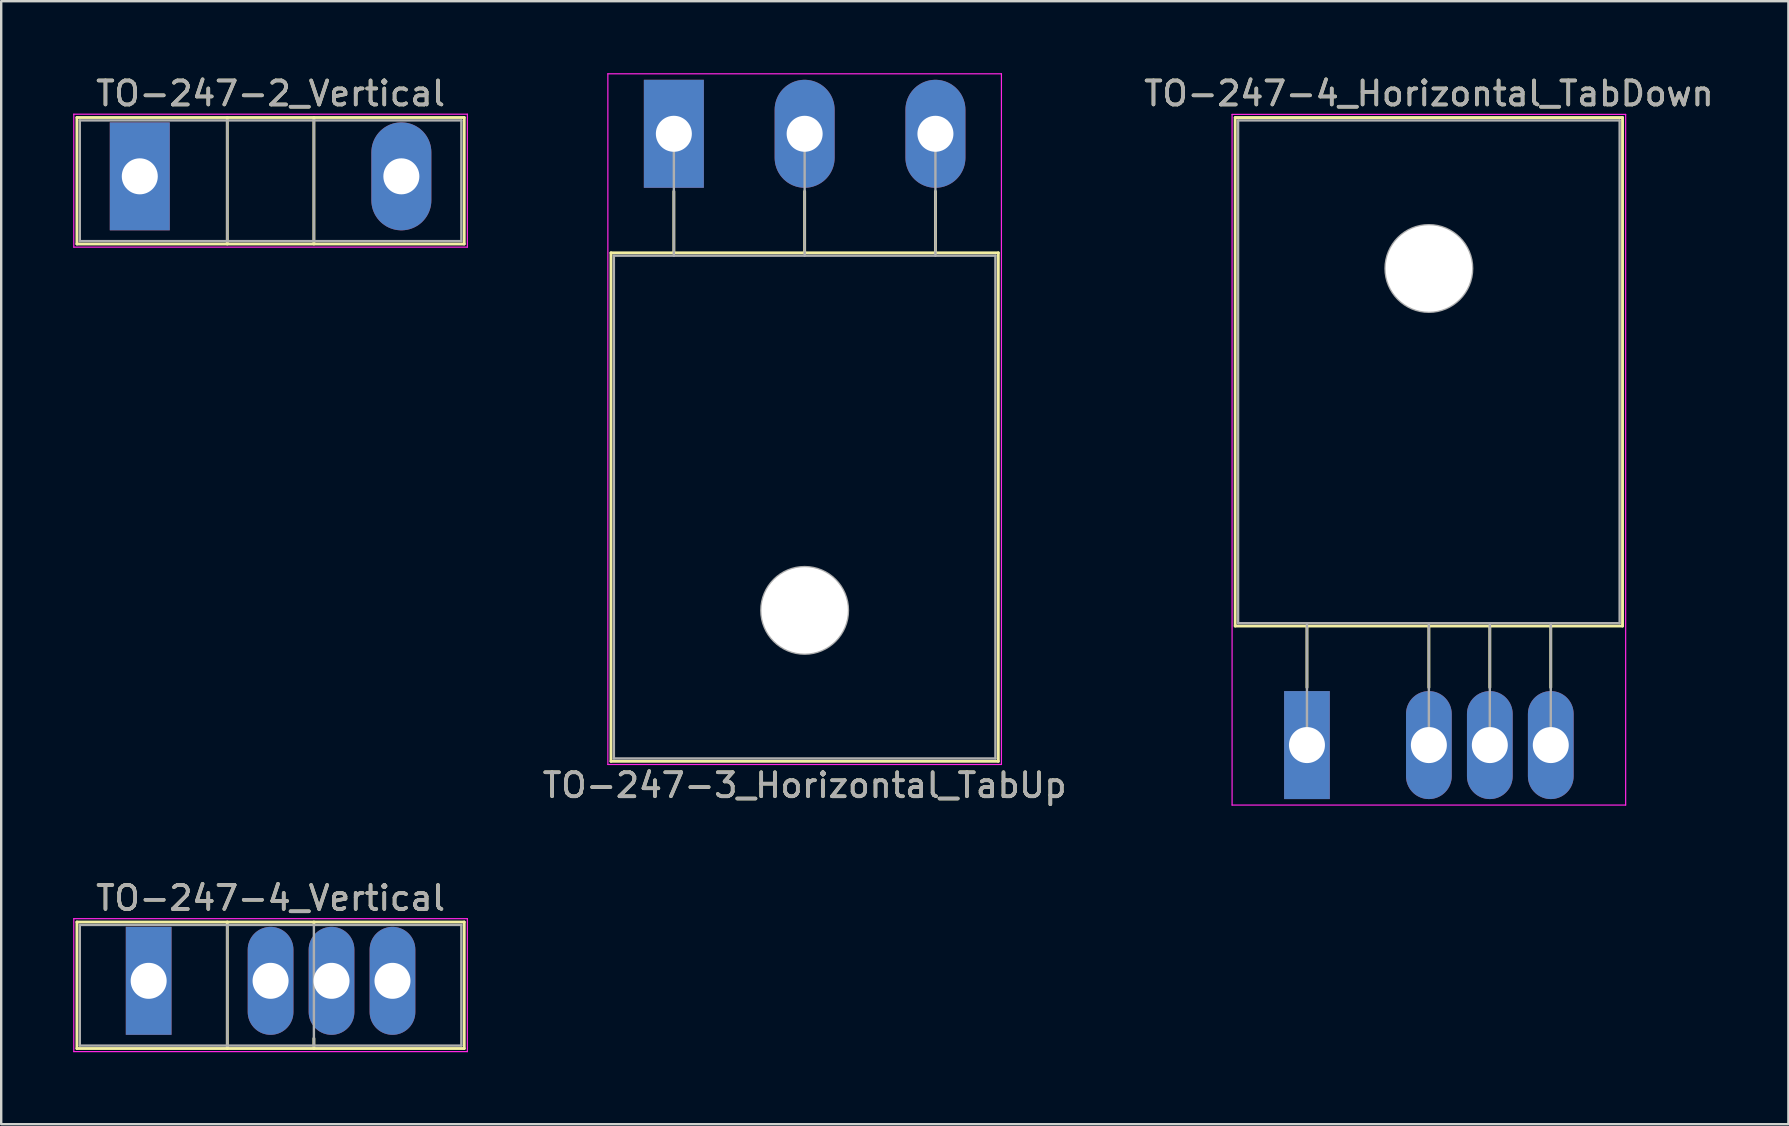
<source format=kicad_pcb>
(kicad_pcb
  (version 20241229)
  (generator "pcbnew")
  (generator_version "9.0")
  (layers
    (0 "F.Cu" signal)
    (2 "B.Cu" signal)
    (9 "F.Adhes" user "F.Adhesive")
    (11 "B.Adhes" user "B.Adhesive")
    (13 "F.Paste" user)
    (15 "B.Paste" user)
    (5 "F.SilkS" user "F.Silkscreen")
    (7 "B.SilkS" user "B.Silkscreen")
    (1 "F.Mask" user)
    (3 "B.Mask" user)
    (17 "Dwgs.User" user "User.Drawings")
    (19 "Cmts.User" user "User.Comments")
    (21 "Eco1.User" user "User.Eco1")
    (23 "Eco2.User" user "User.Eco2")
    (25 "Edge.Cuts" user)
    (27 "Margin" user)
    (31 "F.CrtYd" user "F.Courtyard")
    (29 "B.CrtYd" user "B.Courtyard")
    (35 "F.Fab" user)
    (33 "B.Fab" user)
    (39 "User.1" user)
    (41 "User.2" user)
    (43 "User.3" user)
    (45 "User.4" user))
  (footprint "TO-247-3_Horizontal_TabUp"
    (layer "F.Cu")
    (at 25.03 2.525)
    (property "Reference" "TO-247-3_Horizontal_TabUp" (at 5.45 27.15 0) (layer "F.SilkS") (effects (font (size 1 1) (thickness 0.15))))
    (attr through_hole)
    (fp_line (start -2.62 4.96) (end -2.62 26.15) (stroke (width 0.12) (type solid)) (layer "F.SilkS"))
    (fp_line (start -2.62 4.96) (end 13.52 4.96) (stroke (width 0.12) (type solid)) (layer "F.SilkS"))
    (fp_line (start -2.62 26.15) (end 13.52 26.15) (stroke (width 0.12) (type solid)) (layer "F.SilkS"))
    (fp_line (start 0 2.4) (end 0 4.96) (stroke (width 0.12) (type solid)) (layer "F.SilkS"))
    (fp_line (start 5.45 2.4) (end 5.45 4.96) (stroke (width 0.12) (type solid)) (layer "F.SilkS"))
    (fp_line (start 10.9 2.4) (end 10.9 4.96) (stroke (width 0.12) (type solid)) (layer "F.SilkS"))
    (fp_line (start 13.52 4.96) (end 13.52 26.15) (stroke (width 0.12) (type solid)) (layer "F.SilkS"))
    (fp_line (start -2.75 -2.5) (end -2.75 26.28) (stroke (width 0.05) (type solid)) (layer "F.CrtYd"))
    (fp_line (start -2.75 26.28) (end 13.65 26.28) (stroke (width 0.05) (type solid)) (layer "F.CrtYd"))
    (fp_line (start 13.65 -2.5) (end -2.75 -2.5) (stroke (width 0.05) (type solid)) (layer "F.CrtYd"))
    (fp_line (start 13.65 26.28) (end 13.65 -2.5) (stroke (width 0.05) (type solid)) (layer "F.CrtYd"))
    (fp_line (start -2.5 5.08) (end -2.5 26.03) (stroke (width 0.1) (type solid)) (layer "F.Fab"))
    (fp_line (start -2.5 26.03) (end 13.4 26.03) (stroke (width 0.1) (type solid)) (layer "F.Fab"))
    (fp_line (start 0 5.08) (end 0 0) (stroke (width 0.1) (type solid)) (layer "F.Fab"))
    (fp_line (start 5.45 5.08) (end 5.45 0) (stroke (width 0.1) (type solid)) (layer "F.Fab"))
    (fp_line (start 10.9 5.08) (end 10.9 0) (stroke (width 0.1) (type solid)) (layer "F.Fab"))
    (fp_line (start 13.4 5.08) (end -2.5 5.08) (stroke (width 0.1) (type solid)) (layer "F.Fab"))
    (fp_line (start 13.4 26.03) (end 13.4 5.08) (stroke (width 0.1) (type solid)) (layer "F.Fab"))
    (fp_circle (center 5.45 19.86) (end 7.255 19.86) (stroke (width 0.1) (type solid)) (fill no) (layer "F.Fab"))
    (fp_text user "${REFERENCE}" (at 5.45 27.15 0) (layer "F.Fab") (effects (font (size 1 1) (thickness 0.15))))
    (pad "" np_thru_hole oval (at 5.45 19.86) (size 3.6 3.6) (drill 3.6) (layers "*.Cu" "*.Mask"))
    (pad "1" thru_hole rect (at 0 0) (size 2.5 4.5) (drill 1.5) (layers "*.Cu" "*.Mask"))
    (pad "2" thru_hole oval (at 5.45 0) (size 2.5 4.5) (drill 1.5) (layers "*.Cu" "*.Mask"))
    (pad "3" thru_hole oval (at 10.9 0) (size 2.5 4.5) (drill 1.5) (layers "*.Cu" "*.Mask")))
  (footprint "TO-247-4_Vertical"
    (layer "F.Cu")
    (at 3.145 37.822)
    (property "Reference" "TO-247-4_Vertical" (at 5.08 -3.45 0) (layer "F.SilkS") (effects (font (size 1 1) (thickness 0.15))))
    (attr through_hole)
    (fp_line (start -2.99 -2.451) (end -2.99 2.82) (stroke (width 0.12) (type solid)) (layer "F.SilkS"))
    (fp_line (start -2.99 -2.451) (end 13.15 -2.451) (stroke (width 0.12) (type solid)) (layer "F.SilkS"))
    (fp_line (start -2.99 2.82) (end 13.15 2.82) (stroke (width 0.12) (type solid)) (layer "F.SilkS"))
    (fp_line (start 3.276 -2.451) (end 3.276 2.82) (stroke (width 0.12) (type solid)) (layer "F.SilkS"))
    (fp_line (start 6.885 -2.451) (end 6.885 -2.4) (stroke (width 0.12) (type solid)) (layer "F.SilkS"))
    (fp_line (start 6.885 2.4) (end 6.885 2.82) (stroke (width 0.12) (type solid)) (layer "F.SilkS"))
    (fp_line (start 13.15 -2.451) (end 13.15 2.82) (stroke (width 0.12) (type solid)) (layer "F.SilkS"))
    (fp_line (start -3.12 -2.59) (end -3.12 2.95) (stroke (width 0.05) (type solid)) (layer "F.CrtYd"))
    (fp_line (start -3.12 2.95) (end 13.28 2.95) (stroke (width 0.05) (type solid)) (layer "F.CrtYd"))
    (fp_line (start 13.28 -2.59) (end -3.12 -2.59) (stroke (width 0.05) (type solid)) (layer "F.CrtYd"))
    (fp_line (start 13.28 2.95) (end 13.28 -2.59) (stroke (width 0.05) (type solid)) (layer "F.CrtYd"))
    (fp_line (start -2.87 -2.33) (end -2.87 2.7) (stroke (width 0.1) (type solid)) (layer "F.Fab"))
    (fp_line (start -2.87 2.7) (end 13.03 2.7) (stroke (width 0.1) (type solid)) (layer "F.Fab"))
    (fp_line (start 3.275 -2.33) (end 3.275 2.7) (stroke (width 0.1) (type solid)) (layer "F.Fab"))
    (fp_line (start 6.885 -2.33) (end 6.885 2.7) (stroke (width 0.1) (type solid)) (layer "F.Fab"))
    (fp_line (start 13.03 -2.33) (end -2.87 -2.33) (stroke (width 0.1) (type solid)) (layer "F.Fab"))
    (fp_line (start 13.03 2.7) (end 13.03 -2.33) (stroke (width 0.1) (type solid)) (layer "F.Fab"))
    (fp_text user "${REFERENCE}" (at 5.08 -3.45 0) (layer "F.Fab") (effects (font (size 1 1) (thickness 0.15))))
    (pad "1" thru_hole rect (at 0 0) (size 1.905 4.5) (drill 1.5) (layers "*.Cu" "*.Mask"))
    (pad "2" thru_hole oval (at 5.08 0) (size 1.905 4.5) (drill 1.5) (layers "*.Cu" "*.Mask"))
    (pad "3" thru_hole oval (at 7.62 0) (size 1.905 4.5) (drill 1.5) (layers "*.Cu" "*.Mask"))
    (pad "4" thru_hole oval (at 10.16 0) (size 1.905 4.5) (drill 1.5) (layers "*.Cu" "*.Mask")))
  (footprint "TO-247-4_Horizontal_TabDown"
    (layer "F.Cu")
    (at 51.412 27.998)
    (property "Reference" "TO-247-4_Horizontal_TabDown" (at 5.08 -27.15 0) (layer "F.SilkS") (effects (font (size 1 1) (thickness 0.15))))
    (attr through_hole)
    (fp_line (start -2.99 -26.15) (end -2.99 -4.96) (stroke (width 0.12) (type solid)) (layer "F.SilkS"))
    (fp_line (start -2.99 -26.15) (end 13.15 -26.15) (stroke (width 0.12) (type solid)) (layer "F.SilkS"))
    (fp_line (start -2.99 -4.96) (end 13.15 -4.96) (stroke (width 0.12) (type solid)) (layer "F.SilkS"))
    (fp_line (start 0 -4.96) (end 0 -2.4) (stroke (width 0.12) (type solid)) (layer "F.SilkS"))
    (fp_line (start 5.08 -4.96) (end 5.08 -2.4) (stroke (width 0.12) (type solid)) (layer "F.SilkS"))
    (fp_line (start 7.62 -4.96) (end 7.62 -2.4) (stroke (width 0.12) (type solid)) (layer "F.SilkS"))
    (fp_line (start 10.16 -4.96) (end 10.16 -2.4) (stroke (width 0.12) (type solid)) (layer "F.SilkS"))
    (fp_line (start 13.15 -26.15) (end 13.15 -4.96) (stroke (width 0.12) (type solid)) (layer "F.SilkS"))
    (fp_line (start -3.12 -26.28) (end -3.12 2.5) (stroke (width 0.05) (type solid)) (layer "F.CrtYd"))
    (fp_line (start -3.12 2.5) (end 13.28 2.5) (stroke (width 0.05) (type solid)) (layer "F.CrtYd"))
    (fp_line (start 13.28 -26.28) (end -3.12 -26.28) (stroke (width 0.05) (type solid)) (layer "F.CrtYd"))
    (fp_line (start 13.28 2.5) (end 13.28 -26.28) (stroke (width 0.05) (type solid)) (layer "F.CrtYd"))
    (fp_line (start -2.87 -26.03) (end 13.03 -26.03) (stroke (width 0.1) (type solid)) (layer "F.Fab"))
    (fp_line (start -2.87 -5.08) (end -2.87 -26.03) (stroke (width 0.1) (type solid)) (layer "F.Fab"))
    (fp_line (start 0 -5.08) (end 0 0) (stroke (width 0.1) (type solid)) (layer "F.Fab"))
    (fp_line (start 5.08 -5.08) (end 5.08 0) (stroke (width 0.1) (type solid)) (layer "F.Fab"))
    (fp_line (start 7.62 -5.08) (end 7.62 0) (stroke (width 0.1) (type solid)) (layer "F.Fab"))
    (fp_line (start 10.16 -5.08) (end 10.16 0) (stroke (width 0.1) (type solid)) (layer "F.Fab"))
    (fp_line (start 13.03 -26.03) (end 13.03 -5.08) (stroke (width 0.1) (type solid)) (layer "F.Fab"))
    (fp_line (start 13.03 -5.08) (end -2.87 -5.08) (stroke (width 0.1) (type solid)) (layer "F.Fab"))
    (fp_circle (center 5.08 -19.86) (end 6.885 -19.86) (stroke (width 0.1) (type solid)) (fill no) (layer "F.Fab"))
    (fp_text user "${REFERENCE}" (at 5.08 -27.15 0) (layer "F.Fab") (effects (font (size 1 1) (thickness 0.15))))
    (pad "" np_thru_hole oval (at 5.08 -19.86) (size 3.6 3.6) (drill 3.6) (layers "*.Cu" "*.Mask"))
    (pad "1" thru_hole rect (at 0 0) (size 1.905 4.5) (drill 1.5) (layers "*.Cu" "*.Mask"))
    (pad "2" thru_hole oval (at 5.08 0) (size 1.905 4.5) (drill 1.5) (layers "*.Cu" "*.Mask"))
    (pad "3" thru_hole oval (at 7.62 0) (size 1.905 4.5) (drill 1.5) (layers "*.Cu" "*.Mask"))
    (pad "4" thru_hole oval (at 10.16 0) (size 1.905 4.5) (drill 1.5) (layers "*.Cu" "*.Mask")))
  (footprint "TO-247-2_Vertical"
    (layer "F.Cu")
    (at 2.775 4.298)
    (property "Reference" "TO-247-2_Vertical" (at 5.45 -3.45 0) (layer "F.SilkS") (effects (font (size 1 1) (thickness 0.15))))
    (attr through_hole)
    (fp_line (start -2.62 -2.451) (end -2.62 2.82) (stroke (width 0.12) (type solid)) (layer "F.SilkS"))
    (fp_line (start -2.62 -2.451) (end 13.52 -2.451) (stroke (width 0.12) (type solid)) (layer "F.SilkS"))
    (fp_line (start -2.62 2.82) (end 13.52 2.82) (stroke (width 0.12) (type solid)) (layer "F.SilkS"))
    (fp_line (start 3.646 -2.451) (end 3.646 2.82) (stroke (width 0.12) (type solid)) (layer "F.SilkS"))
    (fp_line (start 7.255 -2.451) (end 7.255 2.82) (stroke (width 0.12) (type solid)) (layer "F.SilkS"))
    (fp_line (start 13.52 -2.451) (end 13.52 2.82) (stroke (width 0.12) (type solid)) (layer "F.SilkS"))
    (fp_line (start -2.75 -2.59) (end -2.75 2.95) (stroke (width 0.05) (type solid)) (layer "F.CrtYd"))
    (fp_line (start -2.75 2.95) (end 13.65 2.95) (stroke (width 0.05) (type solid)) (layer "F.CrtYd"))
    (fp_line (start 13.65 -2.59) (end -2.75 -2.59) (stroke (width 0.05) (type solid)) (layer "F.CrtYd"))
    (fp_line (start 13.65 2.95) (end 13.65 -2.59) (stroke (width 0.05) (type solid)) (layer "F.CrtYd"))
    (fp_line (start -2.5 -2.33) (end -2.5 2.7) (stroke (width 0.1) (type solid)) (layer "F.Fab"))
    (fp_line (start -2.5 2.7) (end 13.4 2.7) (stroke (width 0.1) (type solid)) (layer "F.Fab"))
    (fp_line (start 3.645 -2.33) (end 3.645 2.7) (stroke (width 0.1) (type solid)) (layer "F.Fab"))
    (fp_line (start 7.255 -2.33) (end 7.255 2.7) (stroke (width 0.1) (type solid)) (layer "F.Fab"))
    (fp_line (start 13.4 -2.33) (end -2.5 -2.33) (stroke (width 0.1) (type solid)) (layer "F.Fab"))
    (fp_line (start 13.4 2.7) (end 13.4 -2.33) (stroke (width 0.1) (type solid)) (layer "F.Fab"))
    (fp_text user "${REFERENCE}" (at 5.45 -3.45 0) (layer "F.Fab") (effects (font (size 1 1) (thickness 0.15))))
    (pad "1" thru_hole rect (at 0 0) (size 2.5 4.5) (drill 1.5) (layers "*.Cu" "*.Mask"))
    (pad "2" thru_hole oval (at 10.9 0) (size 2.5 4.5) (drill 1.5) (layers "*.Cu" "*.Mask")))
  (gr_rect
    (start -3 -3)
    (end 71.474 43.797)
    (stroke (width 0.1) (type default))
    (fill no)
    (layer "Edge.Cuts")))
</source>
